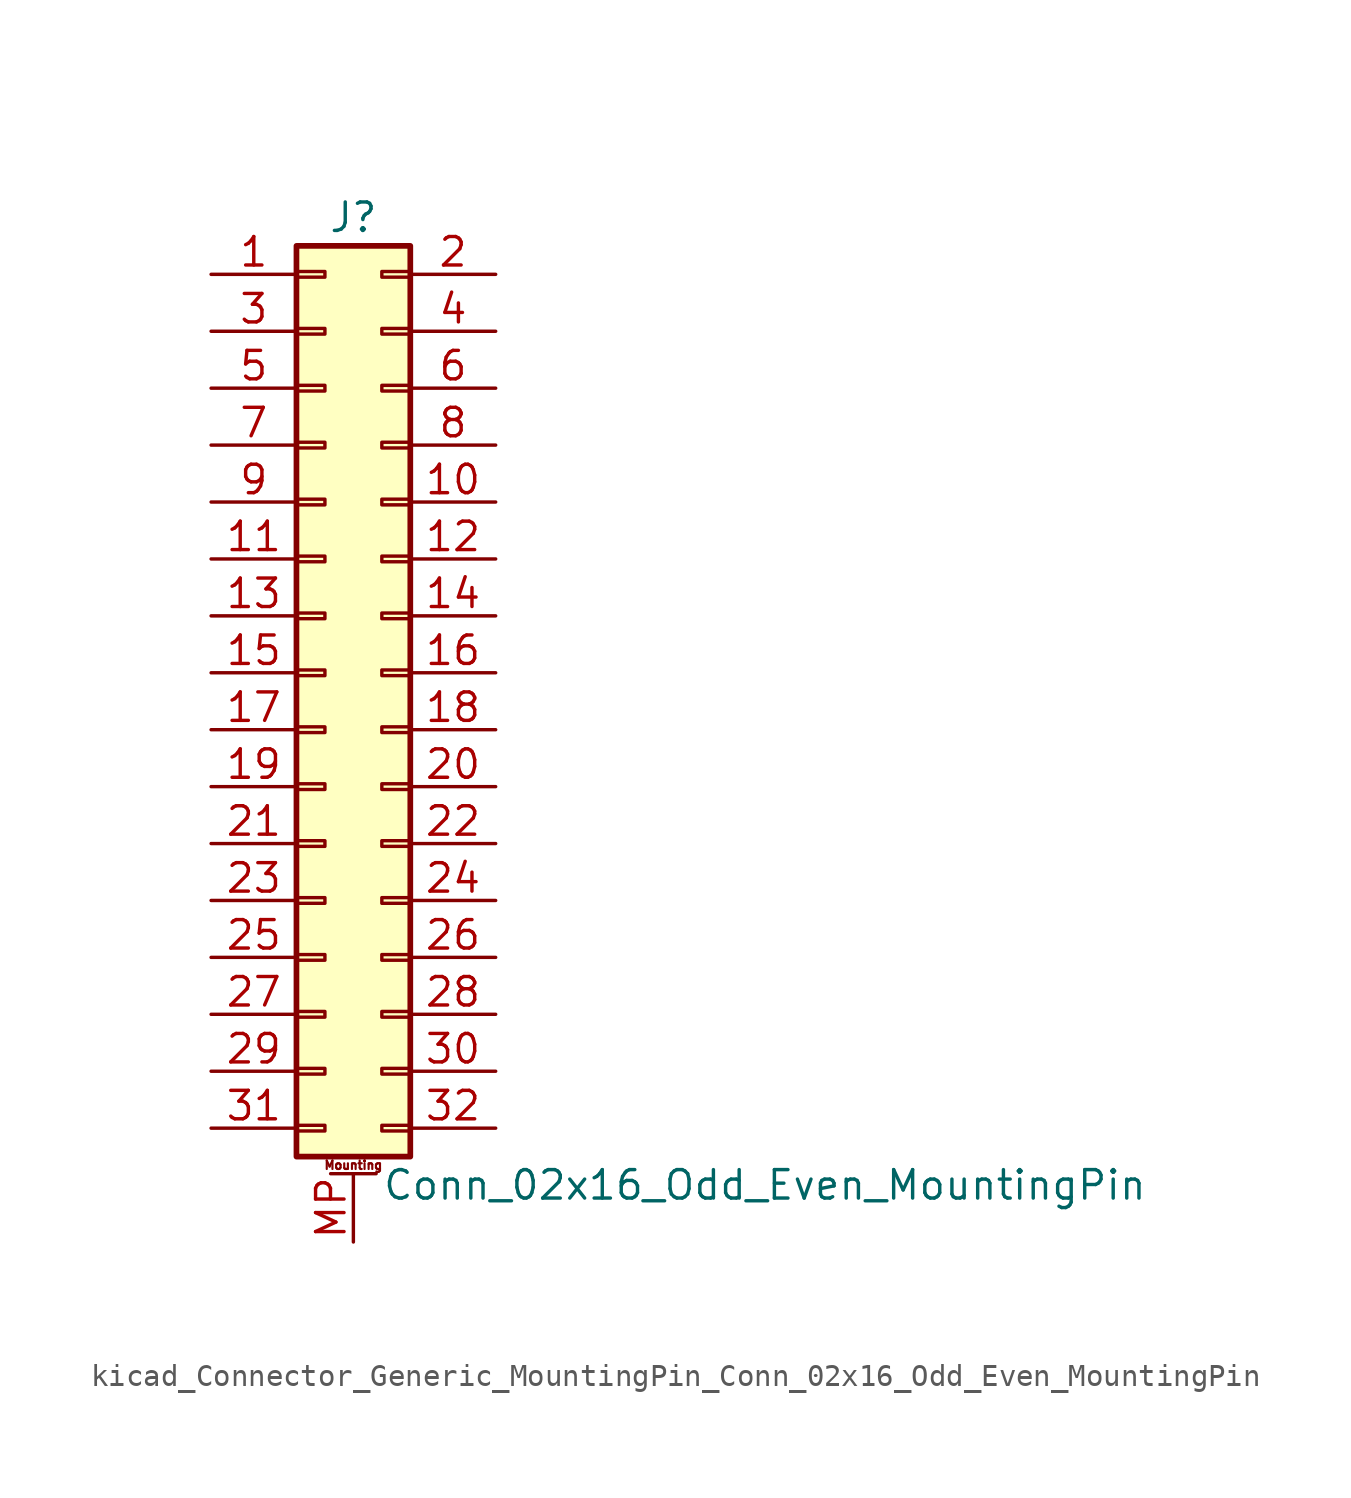
<source format=kicad_sym>
(kicad_symbol_lib
  (version 20220914)
  (generator kicad_symbol_editor)
  (symbol "kicad_Connector_Generic_MountingPin_Conn_02x16_Odd_Even_MountingPin"
    (pin_names
      (offset 1.016) hide)
    (property "Reference" "J"
      (at 1.27 20.32 0)
      (effects (font (size 1.27 1.27))))
    (property "Value" "Conn_02x16_Odd_Even_MountingPin"
      (at 2.54 -22.86 0)
      (effects (font (size 1.27 1.27)) (justify left)))
    (symbol "kicad_Connector_Generic_MountingPin_Conn_02x16_Odd_Even_MountingPin_1_1"
      (rectangle (start -1.27 -20.193) (end 0 -20.447) (stroke (width 0.152) (type default)) (fill (type none)))
      (rectangle (start -1.27 -17.653) (end 0 -17.907) (stroke (width 0.152) (type default)) (fill (type none)))
      (rectangle (start -1.27 -15.113) (end 0 -15.367) (stroke (width 0.152) (type default)) (fill (type none)))
      (rectangle (start -1.27 -12.573) (end 0 -12.827) (stroke (width 0.152) (type default)) (fill (type none)))
      (rectangle (start -1.27 -10.033) (end 0 -10.287) (stroke (width 0.152) (type default)) (fill (type none)))
      (rectangle (start -1.27 -7.493) (end 0 -7.747) (stroke (width 0.152) (type default)) (fill (type none)))
      (rectangle (start -1.27 -4.953) (end 0 -5.207) (stroke (width 0.152) (type default)) (fill (type none)))
      (rectangle (start -1.27 -2.413) (end 0 -2.667) (stroke (width 0.152) (type default)) (fill (type none)))
      (rectangle (start -1.27 0.127) (end 0 -0.127) (stroke (width 0.152) (type default)) (fill (type none)))
      (rectangle (start -1.27 2.667) (end 0 2.413) (stroke (width 0.152) (type default)) (fill (type none)))
      (rectangle (start -1.27 5.207) (end 0 4.953) (stroke (width 0.152) (type default)) (fill (type none)))
      (rectangle (start -1.27 7.747) (end 0 7.493) (stroke (width 0.152) (type default)) (fill (type none)))
      (rectangle (start -1.27 10.287) (end 0 10.033) (stroke (width 0.152) (type default)) (fill (type none)))
      (rectangle (start -1.27 12.827) (end 0 12.573) (stroke (width 0.152) (type default)) (fill (type none)))
      (rectangle (start -1.27 15.367) (end 0 15.113) (stroke (width 0.152) (type default)) (fill (type none)))
      (rectangle (start -1.27 17.907) (end 0 17.653) (stroke (width 0.152) (type default)) (fill (type none)))
      (rectangle (start -1.27 19.05) (end 3.81 -21.59) (stroke (width 0.254) (type default)) (fill (type background)))
      (polyline (pts (xy 0.254 -22.352) (xy 2.286 -22.352)) (stroke (width 0.152) (type default)) (fill (type none)))
      (rectangle (start 3.81 -20.193) (end 2.54 -20.447) (stroke (width 0.152) (type default)) (fill (type none)))
      (rectangle (start 3.81 -17.653) (end 2.54 -17.907) (stroke (width 0.152) (type default)) (fill (type none)))
      (rectangle (start 3.81 -15.113) (end 2.54 -15.367) (stroke (width 0.152) (type default)) (fill (type none)))
      (rectangle (start 3.81 -12.573) (end 2.54 -12.827) (stroke (width 0.152) (type default)) (fill (type none)))
      (rectangle (start 3.81 -10.033) (end 2.54 -10.287) (stroke (width 0.152) (type default)) (fill (type none)))
      (rectangle (start 3.81 -7.493) (end 2.54 -7.747) (stroke (width 0.152) (type default)) (fill (type none)))
      (rectangle (start 3.81 -4.953) (end 2.54 -5.207) (stroke (width 0.152) (type default)) (fill (type none)))
      (rectangle (start 3.81 -2.413) (end 2.54 -2.667) (stroke (width 0.152) (type default)) (fill (type none)))
      (rectangle (start 3.81 0.127) (end 2.54 -0.127) (stroke (width 0.152) (type default)) (fill (type none)))
      (rectangle (start 3.81 2.667) (end 2.54 2.413) (stroke (width 0.152) (type default)) (fill (type none)))
      (rectangle (start 3.81 5.207) (end 2.54 4.953) (stroke (width 0.152) (type default)) (fill (type none)))
      (rectangle (start 3.81 7.747) (end 2.54 7.493) (stroke (width 0.152) (type default)) (fill (type none)))
      (rectangle (start 3.81 10.287) (end 2.54 10.033) (stroke (width 0.152) (type default)) (fill (type none)))
      (rectangle (start 3.81 12.827) (end 2.54 12.573) (stroke (width 0.152) (type default)) (fill (type none)))
      (rectangle (start 3.81 15.367) (end 2.54 15.113) (stroke (width 0.152) (type default)) (fill (type none)))
      (rectangle (start 3.81 17.907) (end 2.54 17.653) (stroke (width 0.152) (type default)) (fill (type none)))
      (text "Mounting" (at 1.27 -21.971 0) (effects (font (size 0.381 0.381))))
      (pin passive line (at -5.08 17.78 0) (length 3.81) (name "Pin_1" (effects (font (size 1.27 1.27)))) (number "1" (effects (font (size 1.27 1.27)))))
      (pin passive line (at 7.62 7.62 180) (length 3.81) (name "Pin_10" (effects (font (size 1.27 1.27)))) (number "10" (effects (font (size 1.27 1.27)))))
      (pin passive line (at -5.08 5.08 0) (length 3.81) (name "Pin_11" (effects (font (size 1.27 1.27)))) (number "11" (effects (font (size 1.27 1.27)))))
      (pin passive line (at 7.62 5.08 180) (length 3.81) (name "Pin_12" (effects (font (size 1.27 1.27)))) (number "12" (effects (font (size 1.27 1.27)))))
      (pin passive line (at -5.08 2.54 0) (length 3.81) (name "Pin_13" (effects (font (size 1.27 1.27)))) (number "13" (effects (font (size 1.27 1.27)))))
      (pin passive line (at 7.62 2.54 180) (length 3.81) (name "Pin_14" (effects (font (size 1.27 1.27)))) (number "14" (effects (font (size 1.27 1.27)))))
      (pin passive line (at -5.08 0 0) (length 3.81) (name "Pin_15" (effects (font (size 1.27 1.27)))) (number "15" (effects (font (size 1.27 1.27)))))
      (pin passive line (at 7.62 0 180) (length 3.81) (name "Pin_16" (effects (font (size 1.27 1.27)))) (number "16" (effects (font (size 1.27 1.27)))))
      (pin passive line (at -5.08 -2.54 0) (length 3.81) (name "Pin_17" (effects (font (size 1.27 1.27)))) (number "17" (effects (font (size 1.27 1.27)))))
      (pin passive line (at 7.62 -2.54 180) (length 3.81) (name "Pin_18" (effects (font (size 1.27 1.27)))) (number "18" (effects (font (size 1.27 1.27)))))
      (pin passive line (at -5.08 -5.08 0) (length 3.81) (name "Pin_19" (effects (font (size 1.27 1.27)))) (number "19" (effects (font (size 1.27 1.27)))))
      (pin passive line (at 7.62 17.78 180) (length 3.81) (name "Pin_2" (effects (font (size 1.27 1.27)))) (number "2" (effects (font (size 1.27 1.27)))))
      (pin passive line (at 7.62 -5.08 180) (length 3.81) (name "Pin_20" (effects (font (size 1.27 1.27)))) (number "20" (effects (font (size 1.27 1.27)))))
      (pin passive line (at -5.08 -7.62 0) (length 3.81) (name "Pin_21" (effects (font (size 1.27 1.27)))) (number "21" (effects (font (size 1.27 1.27)))))
      (pin passive line (at 7.62 -7.62 180) (length 3.81) (name "Pin_22" (effects (font (size 1.27 1.27)))) (number "22" (effects (font (size 1.27 1.27)))))
      (pin passive line (at -5.08 -10.16 0) (length 3.81) (name "Pin_23" (effects (font (size 1.27 1.27)))) (number "23" (effects (font (size 1.27 1.27)))))
      (pin passive line (at 7.62 -10.16 180) (length 3.81) (name "Pin_24" (effects (font (size 1.27 1.27)))) (number "24" (effects (font (size 1.27 1.27)))))
      (pin passive line (at -5.08 -12.7 0) (length 3.81) (name "Pin_25" (effects (font (size 1.27 1.27)))) (number "25" (effects (font (size 1.27 1.27)))))
      (pin passive line (at 7.62 -12.7 180) (length 3.81) (name "Pin_26" (effects (font (size 1.27 1.27)))) (number "26" (effects (font (size 1.27 1.27)))))
      (pin passive line (at -5.08 -15.24 0) (length 3.81) (name "Pin_27" (effects (font (size 1.27 1.27)))) (number "27" (effects (font (size 1.27 1.27)))))
      (pin passive line (at 7.62 -15.24 180) (length 3.81) (name "Pin_28" (effects (font (size 1.27 1.27)))) (number "28" (effects (font (size 1.27 1.27)))))
      (pin passive line (at -5.08 -17.78 0) (length 3.81) (name "Pin_29" (effects (font (size 1.27 1.27)))) (number "29" (effects (font (size 1.27 1.27)))))
      (pin passive line (at -5.08 15.24 0) (length 3.81) (name "Pin_3" (effects (font (size 1.27 1.27)))) (number "3" (effects (font (size 1.27 1.27)))))
      (pin passive line (at 7.62 -17.78 180) (length 3.81) (name "Pin_30" (effects (font (size 1.27 1.27)))) (number "30" (effects (font (size 1.27 1.27)))))
      (pin passive line (at -5.08 -20.32 0) (length 3.81) (name "Pin_31" (effects (font (size 1.27 1.27)))) (number "31" (effects (font (size 1.27 1.27)))))
      (pin passive line (at 7.62 -20.32 180) (length 3.81) (name "Pin_32" (effects (font (size 1.27 1.27)))) (number "32" (effects (font (size 1.27 1.27)))))
      (pin passive line (at 7.62 15.24 180) (length 3.81) (name "Pin_4" (effects (font (size 1.27 1.27)))) (number "4" (effects (font (size 1.27 1.27)))))
      (pin passive line (at -5.08 12.7 0) (length 3.81) (name "Pin_5" (effects (font (size 1.27 1.27)))) (number "5" (effects (font (size 1.27 1.27)))))
      (pin passive line (at 7.62 12.7 180) (length 3.81) (name "Pin_6" (effects (font (size 1.27 1.27)))) (number "6" (effects (font (size 1.27 1.27)))))
      (pin passive line (at -5.08 10.16 0) (length 3.81) (name "Pin_7" (effects (font (size 1.27 1.27)))) (number "7" (effects (font (size 1.27 1.27)))))
      (pin passive line (at 7.62 10.16 180) (length 3.81) (name "Pin_8" (effects (font (size 1.27 1.27)))) (number "8" (effects (font (size 1.27 1.27)))))
      (pin passive line (at -5.08 7.62 0) (length 3.81) (name "Pin_9" (effects (font (size 1.27 1.27)))) (number "9" (effects (font (size 1.27 1.27)))))
      (pin passive line (at 1.27 -25.4 90) (length 3.048) (name "MountPin" (effects (font (size 1.27 1.27)))) (number "MP" (effects (font (size 1.27 1.27))))))))
</source>
